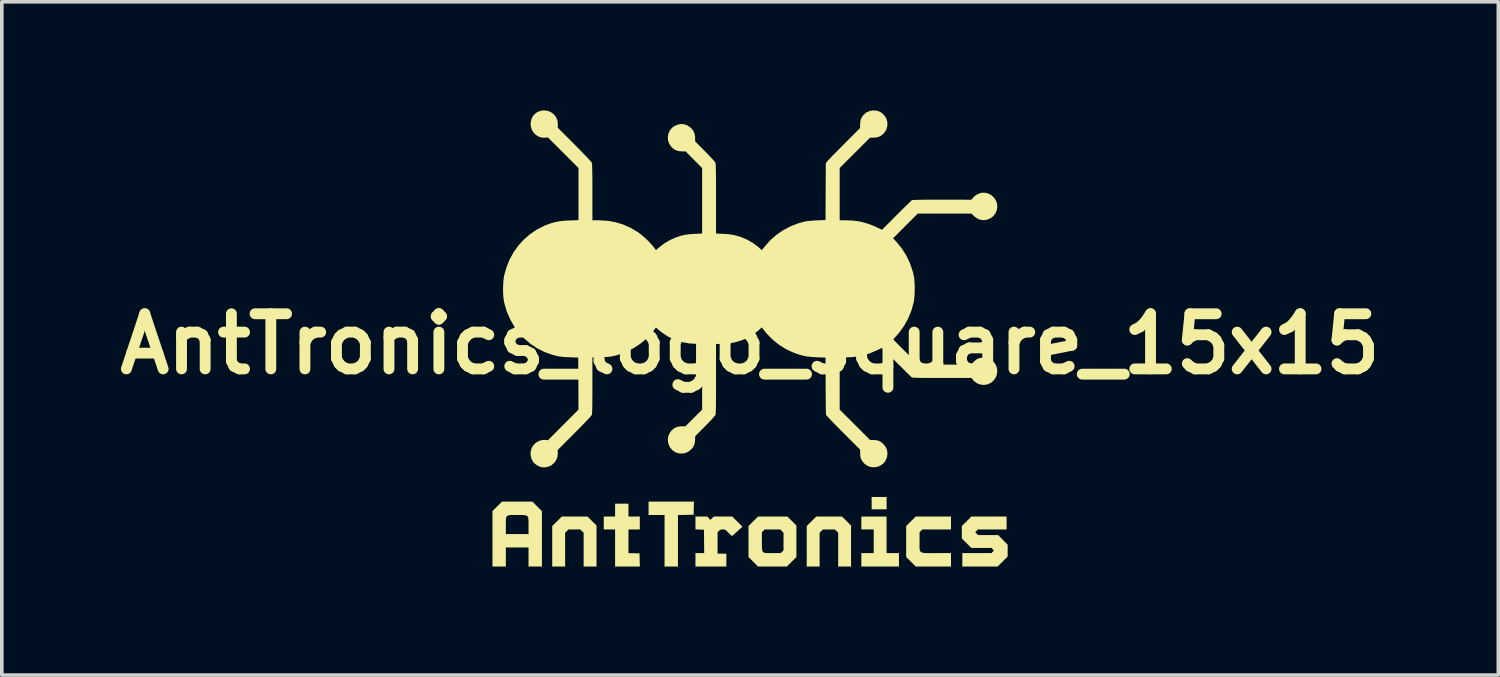
<source format=kicad_pcb>
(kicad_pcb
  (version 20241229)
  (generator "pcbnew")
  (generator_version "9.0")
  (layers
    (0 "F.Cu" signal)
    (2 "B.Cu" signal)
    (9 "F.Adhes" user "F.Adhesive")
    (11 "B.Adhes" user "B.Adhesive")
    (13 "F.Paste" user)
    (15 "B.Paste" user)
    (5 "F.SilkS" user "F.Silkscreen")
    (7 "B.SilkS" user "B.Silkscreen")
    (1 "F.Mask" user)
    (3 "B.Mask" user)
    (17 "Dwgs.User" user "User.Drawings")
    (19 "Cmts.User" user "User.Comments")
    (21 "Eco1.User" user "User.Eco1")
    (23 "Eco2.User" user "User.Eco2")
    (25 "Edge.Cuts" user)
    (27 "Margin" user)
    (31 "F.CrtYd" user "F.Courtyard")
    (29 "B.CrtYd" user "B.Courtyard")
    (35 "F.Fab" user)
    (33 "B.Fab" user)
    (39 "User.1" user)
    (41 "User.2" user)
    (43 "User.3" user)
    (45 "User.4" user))
  (footprint "AntTronics_logo_square_15x15"
    (layer "F.Cu")
    (at 17.678 6.455)
    (property "Reference" "AntTronics_logo_square_15x15" (at 0 0 0) (layer "F.SilkS") (effects (font (size 1.524 1.524) (thickness 0.3))))
    (attr board_only exclude_from_pos_files exclude_from_bom)
    (fp_poly (pts (xy 3.773 4.57) (xy 3.36 4.57) (xy 3.36 4.229) (xy 3.773 4.229)) (stroke (width 0) (type solid)) (fill yes) (layer "F.SilkS"))
    (fp_poly (pts (xy -1.555 4.538) (xy -1.559 4.72) (xy -1.776 4.724) (xy -1.993 4.728) (xy -1.993 6.151) (xy -2.363 6.151) (xy -2.363 4.727) (xy -2.805 4.727) (xy -2.805 4.357) (xy -1.551 4.357)) (stroke (width 0) (type solid)) (fill yes) (layer "F.SilkS"))
    (fp_poly (pts (xy 3.773 5.78) (xy 4.115 5.78) (xy 4.115 6.151) (xy 3.075 6.151) (xy 3.075 5.78) (xy 3.417 5.78) (xy 3.417 5.126) (xy 3.075 5.126) (xy 3.075 4.77) (xy 3.773 4.77)) (stroke (width 0) (type solid)) (fill yes) (layer "F.SilkS"))
    (fp_poly (pts (xy -3.36 4.77) (xy -3.047 4.77) (xy -3.047 5.126) (xy -3.36 5.126) (xy -3.36 5.78) (xy -3.054 5.788) (xy -3.05 5.969) (xy -3.046 6.151) (xy -3.73 6.151) (xy -3.73 5.126) (xy -4.043 5.126) (xy -4.043 4.77) (xy -3.73 4.77) (xy -3.73 4.414) (xy -3.36 4.414)) (stroke (width 0) (type solid)) (fill yes) (layer "F.SilkS"))
    (fp_poly (pts (xy -4.367 4.894) (xy -4.243 5.019) (xy -4.243 6.151) (xy -4.599 6.151) (xy -4.599 5.217) (xy -4.646 5.171) (xy -4.693 5.126) (xy -5.02 5.126) (xy -5.066 5.173) (xy -5.111 5.219) (xy -5.111 6.151) (xy -5.467 6.151) (xy -5.467 5.032) (xy -5.335 4.901) (xy -5.203 4.77) (xy -4.491 4.77)) (stroke (width 0) (type solid)) (fill yes) (layer "F.SilkS"))
    (fp_poly (pts (xy 2.666 4.894) (xy 2.791 5.019) (xy 2.791 6.151) (xy 2.435 6.151) (xy 2.435 5.217) (xy 2.388 5.171) (xy 2.341 5.126) (xy 2.013 5.126) (xy 1.968 5.173) (xy 1.922 5.219) (xy 1.922 6.151) (xy 1.566 6.151) (xy 1.566 5.032) (xy 1.698 4.901) (xy 1.83 4.77) (xy 2.542 4.77)) (stroke (width 0) (type solid)) (fill yes) (layer "F.SilkS"))
    (fp_poly (pts (xy 7.09 5.126) (xy 6.298 5.126) (xy 6.26 5.166) (xy 6.222 5.206) (xy 6.302 5.282) (xy 6.857 5.282) (xy 7.119 5.549) (xy 7.119 5.874) (xy 6.841 6.151) (xy 5.866 6.151) (xy 5.866 5.78) (xy 6.673 5.78) (xy 6.739 5.709) (xy 6.706 5.674) (xy 6.673 5.638) (xy 6.115 5.638) (xy 5.983 5.506) (xy 5.852 5.374) (xy 5.852 5.032) (xy 5.984 4.901) (xy 6.116 4.77) (xy 7.09 4.77)) (stroke (width 0) (type solid)) (fill yes) (layer "F.SilkS"))
    (fp_poly (pts (xy 5.553 5.126) (xy 4.761 5.126) (xy 4.722 5.165) (xy 4.684 5.205) (xy 4.684 5.462) (xy 4.683 5.549) (xy 4.683 5.619) (xy 4.686 5.673) (xy 4.696 5.714) (xy 4.714 5.743) (xy 4.744 5.762) (xy 4.788 5.774) (xy 4.851 5.779) (xy 4.933 5.781) (xy 5.039 5.781) (xy 5.151 5.78) (xy 5.553 5.78) (xy 5.553 6.151) (xy 4.577 6.151) (xy 4.445 6.019) (xy 4.314 5.887) (xy 4.314 5.032) (xy 4.446 4.901) (xy 4.578 4.77) (xy 5.553 4.77)) (stroke (width 0) (type solid)) (fill yes) (layer "F.SilkS"))
    (fp_poly (pts (xy 1.157 4.894) (xy 1.281 5.019) (xy 1.281 5.888) (xy 1.017 6.151) (xy 0.22 6.151) (xy -0.043 5.887) (xy -0.043 5.563) (xy 0.327 5.563) (xy 0.329 5.642) (xy 0.335 5.699) (xy 0.35 5.738) (xy 0.375 5.762) (xy 0.415 5.775) (xy 0.472 5.78) (xy 0.549 5.781) (xy 0.617 5.78) (xy 0.846 5.78) (xy 0.886 5.742) (xy 0.925 5.704) (xy 0.925 5.219) (xy 0.88 5.173) (xy 0.834 5.126) (xy 0.404 5.126) (xy 0.366 5.165) (xy 0.327 5.205) (xy 0.327 5.46) (xy 0.327 5.563) (xy -0.043 5.563) (xy -0.043 5.032) (xy 0.089 4.901) (xy 0.221 4.77) (xy 1.033 4.77)) (stroke (width 0) (type solid)) (fill yes) (layer "F.SilkS"))
    (fp_poly (pts (xy -5.883 4.489) (xy -5.752 4.621) (xy -5.752 6.151) (xy -6.122 6.151) (xy -6.122 5.624) (xy -6.749 5.624) (xy -6.749 6.151) (xy -7.119 6.151) (xy -7.119 4.958) (xy -6.749 4.958) (xy -6.749 5.021) (xy -6.749 5.254) (xy -6.122 5.254) (xy -6.122 5.023) (xy -6.122 4.926) (xy -6.124 4.853) (xy -6.131 4.8) (xy -6.147 4.765) (xy -6.176 4.743) (xy -6.221 4.732) (xy -6.285 4.727) (xy -6.372 4.727) (xy -6.433 4.727) (xy -6.536 4.727) (xy -6.613 4.728) (xy -6.67 4.735) (xy -6.708 4.75) (xy -6.731 4.777) (xy -6.743 4.818) (xy -6.748 4.877) (xy -6.749 4.958) (xy -7.119 4.958) (xy -7.119 4.62) (xy -6.987 4.488) (xy -6.855 4.357) (xy -6.015 4.357)) (stroke (width 0) (type solid)) (fill yes) (layer "F.SilkS"))
    (fp_poly (pts (xy -1.14 4.816) (xy -1.098 4.862) (xy -1.05 4.816) (xy -1.002 4.77) (xy -0.491 4.77) (xy -0.351 4.91) (xy -0.211 5.05) (xy -0.349 5.177) (xy -0.401 5.224) (xy -0.445 5.264) (xy -0.478 5.293) (xy -0.496 5.307) (xy -0.497 5.307) (xy -0.51 5.299) (xy -0.539 5.275) (xy -0.576 5.239) (xy -0.597 5.218) (xy -0.64 5.174) (xy -0.671 5.147) (xy -0.696 5.132) (xy -0.723 5.127) (xy -0.753 5.126) (xy -0.801 5.129) (xy -0.834 5.144) (xy -0.859 5.165) (xy -0.897 5.205) (xy -0.897 5.795) (xy -0.655 5.795) (xy -0.655 6.151) (xy -1.509 6.151) (xy -1.509 5.78) (xy -1.267 5.78) (xy -1.274 5.133) (xy -1.392 5.129) (xy -1.509 5.124) (xy -1.509 4.77) (xy -1.181 4.77)) (stroke (width 0) (type solid)) (fill yes) (layer "F.SilkS"))
    (fp_poly (pts (xy 3.516 -6.443) (xy 3.603 -6.409) (xy 3.675 -6.355) (xy 3.733 -6.287) (xy 3.773 -6.209) (xy 3.794 -6.123) (xy 3.795 -6.034) (xy 3.774 -5.945) (xy 3.73 -5.861) (xy 3.686 -5.81) (xy 3.617 -5.753) (xy 3.54 -5.718) (xy 3.45 -5.702) (xy 3.419 -5.701) (xy 3.314 -5.699) (xy 2.896 -5.28) (xy 2.477 -4.862) (xy 2.477 -3.417) (xy 2.66 -3.417) (xy 2.861 -3.408) (xy 3.049 -3.381) (xy 3.232 -3.332) (xy 3.419 -3.262) (xy 3.493 -3.228) (xy 3.647 -3.155) (xy 4.049 -3.558) (xy 4.137 -3.647) (xy 4.22 -3.729) (xy 4.296 -3.803) (xy 4.361 -3.867) (xy 4.413 -3.918) (xy 4.451 -3.954) (xy 4.472 -3.973) (xy 4.475 -3.974) (xy 4.495 -3.977) (xy 4.542 -3.98) (xy 4.614 -3.982) (xy 4.711 -3.984) (xy 4.831 -3.986) (xy 4.972 -3.987) (xy 5.134 -3.987) (xy 5.309 -3.987) (xy 6.118 -3.986) (xy 6.157 -4.036) (xy 6.209 -4.088) (xy 6.279 -4.133) (xy 6.355 -4.166) (xy 6.409 -4.179) (xy 6.503 -4.178) (xy 6.593 -4.153) (xy 6.675 -4.107) (xy 6.743 -4.042) (xy 6.795 -3.964) (xy 6.826 -3.876) (xy 6.833 -3.803) (xy 6.819 -3.699) (xy 6.78 -3.606) (xy 6.719 -3.529) (xy 6.638 -3.47) (xy 6.539 -3.431) (xy 6.44 -3.42) (xy 6.344 -3.437) (xy 6.253 -3.481) (xy 6.19 -3.532) (xy 6.117 -3.602) (xy 4.634 -3.602) (xy 4.294 -3.262) (xy 3.954 -2.921) (xy 4.049 -2.817) (xy 4.197 -2.635) (xy 4.321 -2.438) (xy 4.421 -2.226) (xy 4.497 -1.999) (xy 4.524 -1.889) (xy 4.537 -1.807) (xy 4.545 -1.704) (xy 4.55 -1.589) (xy 4.55 -1.47) (xy 4.546 -1.353) (xy 4.537 -1.248) (xy 4.525 -1.162) (xy 4.523 -1.153) (xy 4.46 -0.924) (xy 4.371 -0.707) (xy 4.258 -0.502) (xy 4.122 -0.313) (xy 4.049 -0.23) (xy 3.954 -0.126) (xy 4.301 0.222) (xy 4.648 0.57) (xy 6.109 0.57) (xy 6.185 0.492) (xy 6.235 0.445) (xy 6.279 0.415) (xy 6.33 0.395) (xy 6.342 0.391) (xy 6.443 0.375) (xy 6.537 0.383) (xy 6.623 0.414) (xy 6.698 0.463) (xy 6.759 0.528) (xy 6.803 0.604) (xy 6.828 0.691) (xy 6.831 0.783) (xy 6.81 0.878) (xy 6.791 0.923) (xy 6.734 1.008) (xy 6.661 1.071) (xy 6.569 1.114) (xy 6.552 1.12) (xy 6.457 1.133) (xy 6.361 1.121) (xy 6.271 1.086) (xy 6.193 1.029) (xy 6.163 0.996) (xy 6.117 0.939) (xy 5.308 0.94) (xy 5.126 0.94) (xy 4.964 0.94) (xy 4.822 0.939) (xy 4.703 0.937) (xy 4.607 0.935) (xy 4.537 0.933) (xy 4.492 0.93) (xy 4.474 0.927) (xy 4.459 0.915) (xy 4.426 0.884) (xy 4.378 0.837) (xy 4.316 0.777) (xy 4.244 0.705) (xy 4.163 0.625) (xy 4.075 0.538) (xy 4.048 0.511) (xy 3.647 0.108) (xy 3.493 0.181) (xy 3.313 0.258) (xy 3.14 0.313) (xy 2.968 0.349) (xy 2.787 0.367) (xy 2.666 0.37) (xy 2.477 0.37) (xy 2.477 1.815) (xy 2.897 2.234) (xy 3.316 2.653) (xy 3.42 2.655) (xy 3.502 2.661) (xy 3.569 2.681) (xy 3.63 2.718) (xy 3.678 2.76) (xy 3.745 2.841) (xy 3.785 2.931) (xy 3.798 3.029) (xy 3.783 3.132) (xy 3.781 3.139) (xy 3.741 3.229) (xy 3.683 3.303) (xy 3.609 3.358) (xy 3.526 3.394) (xy 3.436 3.409) (xy 3.346 3.403) (xy 3.258 3.375) (xy 3.177 3.323) (xy 3.139 3.286) (xy 3.088 3.221) (xy 3.058 3.155) (xy 3.044 3.079) (xy 3.042 3.023) (xy 3.042 2.921) (xy 2.574 2.453) (xy 2.479 2.358) (xy 2.389 2.267) (xy 2.308 2.184) (xy 2.238 2.111) (xy 2.179 2.05) (xy 2.136 2.002) (xy 2.108 1.971) (xy 2.099 1.958) (xy 2.098 1.938) (xy 2.096 1.893) (xy 2.095 1.825) (xy 2.093 1.737) (xy 2.092 1.631) (xy 2.091 1.51) (xy 2.09 1.376) (xy 2.089 1.234) (xy 2.089 1.153) (xy 2.086 0.377) (xy 1.851 0.369) (xy 1.704 0.36) (xy 1.577 0.346) (xy 1.46 0.324) (xy 1.346 0.293) (xy 1.226 0.25) (xy 1.206 0.242) (xy 0.997 0.146) (xy 0.803 0.025) (xy 0.623 -0.119) (xy 0.462 -0.284) (xy 0.399 -0.36) (xy 0.323 -0.458) (xy 0.265 -0.402) (xy 0.119 -0.281) (xy -0.045 -0.181) (xy -0.225 -0.102) (xy -0.418 -0.044) (xy -0.62 -0.01) (xy -0.808 -0.000084) (xy -0.94 0) (xy -0.94 0.96) (xy -0.94 1.183) (xy -0.941 1.377) (xy -0.942 1.543) (xy -0.943 1.681) (xy -0.945 1.792) (xy -0.948 1.875) (xy -0.951 1.93) (xy -0.954 1.958) (xy -0.955 1.96) (xy -0.969 1.981) (xy -1 2.018) (xy -1.046 2.07) (xy -1.104 2.132) (xy -1.171 2.201) (xy -1.243 2.275) (xy -1.516 2.549) (xy -1.518 2.645) (xy -1.528 2.742) (xy -1.557 2.824) (xy -1.608 2.896) (xy -1.62 2.909) (xy -1.7 2.974) (xy -1.788 3.014) (xy -1.881 3.03) (xy -1.973 3.023) (xy -2.061 2.994) (xy -2.139 2.943) (xy -2.205 2.87) (xy -2.226 2.836) (xy -2.263 2.738) (xy -2.274 2.639) (xy -2.258 2.542) (xy -2.216 2.452) (xy -2.179 2.403) (xy -2.107 2.337) (xy -2.027 2.296) (xy -1.933 2.277) (xy -1.888 2.276) (xy -1.787 2.276) (xy -1.324 1.816) (xy -1.324 0) (xy -1.456 -0.00044) (xy -1.678 -0.014) (xy -1.887 -0.052) (xy -2.083 -0.115) (xy -2.267 -0.204) (xy -2.438 -0.318) (xy -2.495 -0.363) (xy -2.602 -0.453) (xy -2.65 -0.387) (xy -2.706 -0.316) (xy -2.778 -0.236) (xy -2.859 -0.155) (xy -2.942 -0.079) (xy -3.019 -0.016) (xy -3.021 -0.014) (xy -3.216 0.115) (xy -3.425 0.22) (xy -3.647 0.301) (xy -3.716 0.32) (xy -3.78 0.336) (xy -3.839 0.347) (xy -3.9 0.355) (xy -3.972 0.361) (xy -4.06 0.365) (xy -4.111 0.366) (xy -4.357 0.374) (xy -4.357 1.147) (xy -4.357 1.34) (xy -4.358 1.508) (xy -4.359 1.65) (xy -4.361 1.767) (xy -4.364 1.857) (xy -4.367 1.919) (xy -4.37 1.954) (xy -4.372 1.96) (xy -4.385 1.978) (xy -4.416 2.014) (xy -4.463 2.066) (xy -4.524 2.131) (xy -4.597 2.207) (xy -4.68 2.292) (xy -4.77 2.384) (xy -4.851 2.466) (xy -5.316 2.931) (xy -5.312 3.017) (xy -5.322 3.115) (xy -5.356 3.207) (xy -5.412 3.287) (xy -5.486 3.351) (xy -5.535 3.377) (xy -5.608 3.4) (xy -5.687 3.411) (xy -5.759 3.408) (xy -5.776 3.404) (xy -5.838 3.38) (xy -5.903 3.343) (xy -5.96 3.298) (xy -5.986 3.27) (xy -6.037 3.181) (xy -6.063 3.084) (xy -6.064 2.983) (xy -6.039 2.885) (xy -6.031 2.868) (xy -5.98 2.788) (xy -5.909 2.724) (xy -5.824 2.677) (xy -5.733 2.653) (xy -5.652 2.653) (xy -5.586 2.661) (xy -5.164 2.238) (xy -4.741 1.815) (xy -4.748 0.377) (xy -4.983 0.368) (xy -5.091 0.364) (xy -5.179 0.357) (xy -5.254 0.348) (xy -5.325 0.335) (xy -5.399 0.317) (xy -5.472 0.297) (xy -5.683 0.221) (xy -5.881 0.121) (xy -6.066 -0.002) (xy -6.235 -0.146) (xy -6.387 -0.308) (xy -6.519 -0.488) (xy -6.631 -0.683) (xy -6.721 -0.891) (xy -6.786 -1.111) (xy -6.801 -1.179) (xy -6.816 -1.28) (xy -6.824 -1.4) (xy -6.826 -1.529) (xy -6.822 -1.659) (xy -6.813 -1.78) (xy -6.797 -1.883) (xy -6.795 -1.894) (xy -6.731 -2.121) (xy -6.644 -2.336) (xy -6.533 -2.536) (xy -6.401 -2.721) (xy -6.249 -2.888) (xy -6.078 -3.035) (xy -5.89 -3.162) (xy -5.685 -3.266) (xy -5.649 -3.281) (xy -5.521 -3.329) (xy -5.398 -3.365) (xy -5.273 -3.39) (xy -5.137 -3.405) (xy -4.987 -3.413) (xy -4.741 -3.421) (xy -4.741 -4.862) (xy -5.164 -5.285) (xy -5.586 -5.707) (xy -5.652 -5.7) (xy -5.75 -5.701) (xy -5.84 -5.728) (xy -5.92 -5.777) (xy -5.985 -5.844) (xy -6.033 -5.926) (xy -6.06 -6.02) (xy -6.065 -6.08) (xy -6.052 -6.182) (xy -6.016 -6.273) (xy -5.958 -6.348) (xy -5.883 -6.406) (xy -5.794 -6.442) (xy -5.695 -6.455) (xy -5.593 -6.442) (xy -5.503 -6.405) (xy -5.426 -6.349) (xy -5.366 -6.275) (xy -5.327 -6.187) (xy -5.312 -6.089) (xy -5.312 -6.064) (xy -5.316 -5.978) (xy -4.851 -5.513) (xy -4.756 -5.416) (xy -4.666 -5.325) (xy -4.585 -5.241) (xy -4.513 -5.167) (xy -4.454 -5.104) (xy -4.41 -5.054) (xy -4.381 -5.021) (xy -4.372 -5.007) (xy -4.368 -4.982) (xy -4.365 -4.93) (xy -4.362 -4.85) (xy -4.36 -4.743) (xy -4.358 -4.61) (xy -4.357 -4.451) (xy -4.357 -4.268) (xy -4.357 -4.192) (xy -4.357 -3.417) (xy -4.175 -3.417) (xy -3.942 -3.404) (xy -3.719 -3.365) (xy -3.505 -3.3) (xy -3.298 -3.207) (xy -3.111 -3.097) (xy -3.013 -3.025) (xy -2.91 -2.937) (xy -2.809 -2.841) (xy -2.719 -2.745) (xy -2.677 -2.694) (xy -2.6 -2.594) (xy -2.521 -2.662) (xy -2.372 -2.777) (xy -2.217 -2.869) (xy -2.048 -2.944) (xy -2.022 -2.953) (xy -1.915 -2.988) (xy -1.811 -3.013) (xy -1.7 -3.03) (xy -1.573 -3.04) (xy -1.52 -3.043) (xy -1.324 -3.051) (xy -1.324 -4.86) (xy -1.553 -5.091) (xy -1.782 -5.322) (xy -1.884 -5.321) (xy -1.986 -5.331) (xy -2.072 -5.362) (xy -2.148 -5.418) (xy -2.179 -5.45) (xy -2.234 -5.532) (xy -2.266 -5.623) (xy -2.273 -5.717) (xy -2.258 -5.809) (xy -2.22 -5.895) (xy -2.16 -5.969) (xy -2.115 -6.005) (xy -2.02 -6.054) (xy -1.922 -6.077) (xy -1.825 -6.072) (xy -1.732 -6.04) (xy -1.647 -5.981) (xy -1.62 -5.956) (xy -1.565 -5.885) (xy -1.532 -5.806) (xy -1.518 -5.712) (xy -1.518 -5.692) (xy -1.516 -5.596) (xy -1.243 -5.322) (xy -1.17 -5.247) (xy -1.103 -5.178) (xy -1.046 -5.116) (xy -1 -5.065) (xy -0.968 -5.027) (xy -0.955 -5.007) (xy -0.951 -4.984) (xy -0.948 -4.933) (xy -0.946 -4.855) (xy -0.944 -4.749) (xy -0.942 -4.615) (xy -0.941 -4.454) (xy -0.94 -4.264) (xy -0.94 -4.047) (xy -0.94 -4.009) (xy -0.94 -3.051) (xy -0.751 -3.043) (xy -0.667 -3.038) (xy -0.582 -3.03) (xy -0.504 -3.02) (xy -0.448 -3.011) (xy -0.268 -2.961) (xy -0.092 -2.888) (xy 0.072 -2.796) (xy 0.219 -2.687) (xy 0.249 -2.66) (xy 0.325 -2.591) (xy 0.4 -2.687) (xy 0.55 -2.857) (xy 0.72 -3.008) (xy 0.908 -3.139) (xy 1.11 -3.247) (xy 1.326 -3.332) (xy 1.513 -3.383) (xy 1.564 -3.392) (xy 1.635 -3.4) (xy 1.719 -3.408) (xy 1.808 -3.413) (xy 1.851 -3.415) (xy 2.086 -3.424) (xy 2.089 -4.179) (xy 2.09 -4.324) (xy 2.09 -4.462) (xy 2.091 -4.589) (xy 2.092 -4.703) (xy 2.092 -4.801) (xy 2.092 -4.88) (xy 2.093 -4.937) (xy 2.093 -4.97) (xy 2.093 -4.976) (xy 2.095 -4.988) (xy 2.103 -5.004) (xy 2.118 -5.026) (xy 2.141 -5.055) (xy 2.176 -5.093) (xy 2.222 -5.142) (xy 2.282 -5.205) (xy 2.357 -5.281) (xy 2.449 -5.374) (xy 2.56 -5.485) (xy 2.566 -5.492) (xy 3.04 -5.966) (xy 3.041 -6.069) (xy 3.048 -6.158) (xy 3.069 -6.23) (xy 3.107 -6.295) (xy 3.138 -6.333) (xy 3.216 -6.399) (xy 3.305 -6.439) (xy 3.407 -6.455) (xy 3.417 -6.455)) (stroke (width 0) (type solid)) (fill yes) (layer "F.SilkS")))
  (gr_rect
    (start -3 -3)
    (end 38.357 15.606)
    (stroke (width 0.1) (type default))
    (fill no)
    (layer "Edge.Cuts")))
</source>
